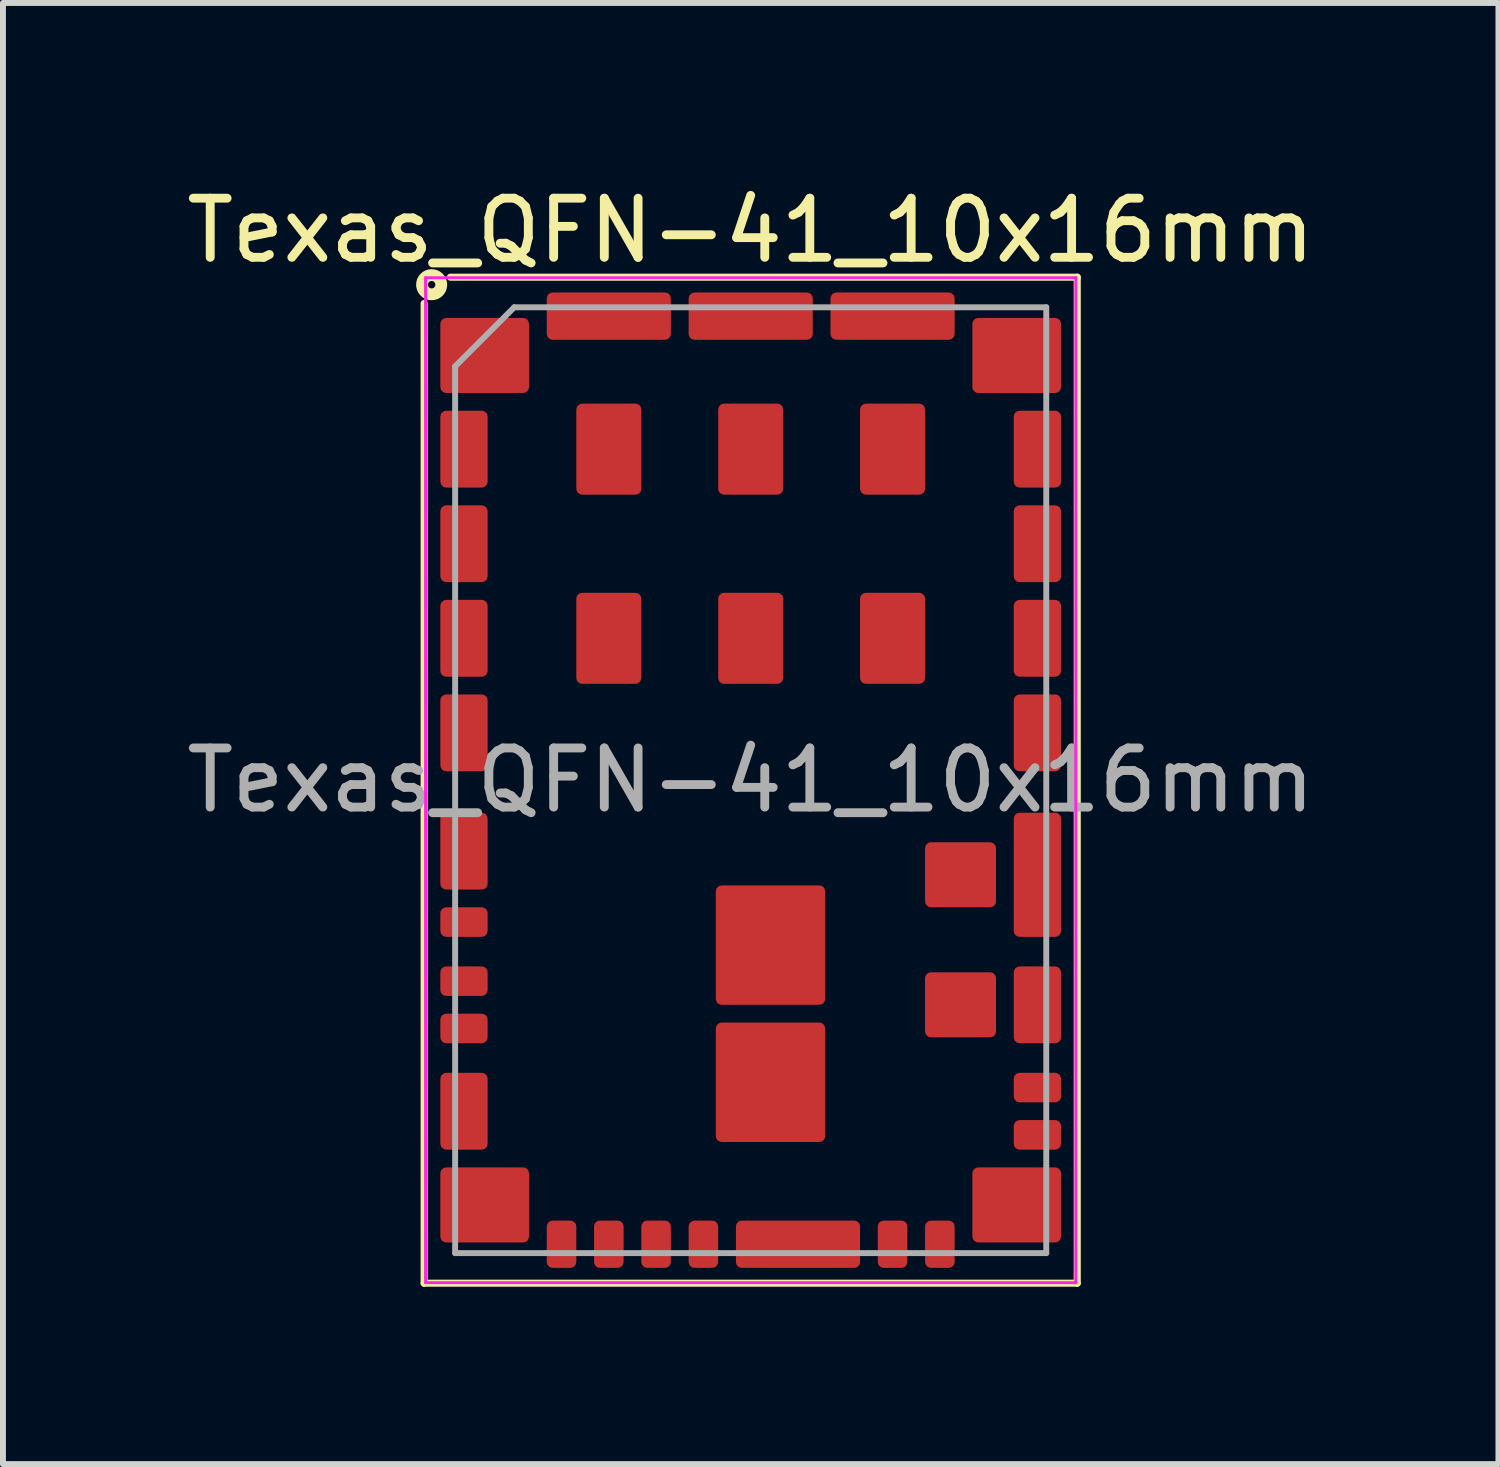
<source format=kicad_pcb>
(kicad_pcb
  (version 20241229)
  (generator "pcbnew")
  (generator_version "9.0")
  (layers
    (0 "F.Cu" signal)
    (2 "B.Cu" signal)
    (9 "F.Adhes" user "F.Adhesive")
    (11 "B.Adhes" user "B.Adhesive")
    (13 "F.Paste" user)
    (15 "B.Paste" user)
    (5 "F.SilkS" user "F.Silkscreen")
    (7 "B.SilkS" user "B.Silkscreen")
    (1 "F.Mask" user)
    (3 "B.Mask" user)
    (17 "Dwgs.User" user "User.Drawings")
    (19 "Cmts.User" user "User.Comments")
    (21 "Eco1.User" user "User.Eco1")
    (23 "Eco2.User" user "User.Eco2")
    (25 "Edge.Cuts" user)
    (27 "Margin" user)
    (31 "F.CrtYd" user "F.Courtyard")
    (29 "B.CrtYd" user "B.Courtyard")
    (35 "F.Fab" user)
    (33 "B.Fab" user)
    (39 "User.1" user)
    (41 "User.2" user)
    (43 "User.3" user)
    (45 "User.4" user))
  (footprint "Texas_QFN-41_10x16mm"
    (layer "F.Cu")
    (at 9.649 10.148)
    (property "Reference" "Texas_QFN-41_10x16mm" (at 0 -9.3 0) (layer "F.SilkS") (effects (font (size 1 1) (thickness 0.15))))
    (attr smd)
    (fp_line (start -5.524 -8.065) (end -5.524 8.509) (stroke (width 0.12) (type solid)) (layer "F.SilkS"))
    (fp_line (start -5.524 8.509) (end 5.524 8.509) (stroke (width 0.12) (type solid)) (layer "F.SilkS"))
    (fp_line (start 5.524 -8.509) (end -5.08 -8.509) (stroke (width 0.12) (type solid)) (layer "F.SilkS"))
    (fp_line (start 5.524 8.509) (end 5.524 -8.509) (stroke (width 0.12) (type solid)) (layer "F.SilkS"))
    (fp_circle (center -5.397 -8.382) (end -5.334 -8.382) (stroke (width 0.2) (type solid)) (fill no) (layer "F.SilkS"))
    (fp_line (start -5.5 -8.5) (end -5.5 8.5) (stroke (width 0.05) (type solid)) (layer "F.CrtYd"))
    (fp_line (start -5.5 8.5) (end 5.5 8.5) (stroke (width 0.05) (type solid)) (layer "F.CrtYd"))
    (fp_line (start 5.5 -8.5) (end -5.5 -8.5) (stroke (width 0.05) (type solid)) (layer "F.CrtYd"))
    (fp_line (start 5.5 8.5) (end 5.5 -8.5) (stroke (width 0.05) (type solid)) (layer "F.CrtYd"))
    (fp_line (start -5 -7) (end -5 8) (stroke (width 0.1) (type solid)) (layer "F.Fab"))
    (fp_line (start -5 -7) (end -4 -8) (stroke (width 0.1) (type solid)) (layer "F.Fab"))
    (fp_line (start -5 8) (end 5 8) (stroke (width 0.1) (type solid)) (layer "F.Fab"))
    (fp_line (start -4 -8) (end 5 -8) (stroke (width 0.1) (type solid)) (layer "F.Fab"))
    (fp_line (start 5 -8) (end 5 8) (stroke (width 0.1) (type solid)) (layer "F.Fab"))
    (fp_text user "${REFERENCE}" (at 0 0 0) (layer "F.Fab") (effects (font (size 1 1) (thickness 0.15))))
    (pad "" smd custom (at -4.635 -5.6) (size 0.27 0.6) (layers "F.Mask" "F.Paste") (options (anchor rect)) (primitives (gr_poly (pts (xy 0.035 0.5) (xy -0.465 0.5) (xy -0.465 0.3) (xy 0.035 0.3)) (width 0.2) (fill yes)) (gr_poly (pts (xy 0.035 -0.3) (xy -0.465 -0.3) (xy -0.465 -0.5) (xy 0.035 -0.5)) (width 0.2) (fill yes)) (gr_arc (start -0.035 0.1) (mid -0.093579 0.241421) (end -0.235 0.3) (width 0.2)) (gr_arc (start -0.235 -0.3) (mid -0.093579 -0.241421) (end -0.035 -0.1) (width 0.2))))
    (pad "" smd custom (at -4.635 -4) (size 0.27 0.6) (layers "F.Mask" "F.Paste") (options (anchor rect)) (primitives (gr_poly (pts (xy 0.035 0.5) (xy -0.465 0.5) (xy -0.465 0.3) (xy 0.035 0.3)) (width 0.2) (fill yes)) (gr_poly (pts (xy 0.035 -0.3) (xy -0.465 -0.3) (xy -0.465 -0.5) (xy 0.035 -0.5)) (width 0.2) (fill yes)) (gr_arc (start -0.035 0.1) (mid -0.093579 0.241421) (end -0.235 0.3) (width 0.2)) (gr_arc (start -0.235 -0.3) (mid -0.093579 -0.241421) (end -0.035 -0.1) (width 0.2))))
    (pad "" smd custom (at -4.635 -2.4) (size 0.27 0.6) (layers "F.Mask" "F.Paste") (options (anchor rect)) (primitives (gr_poly (pts (xy 0.035 0.5) (xy -0.465 0.5) (xy -0.465 0.3) (xy 0.035 0.3)) (width 0.2) (fill yes)) (gr_poly (pts (xy 0.035 -0.3) (xy -0.465 -0.3) (xy -0.465 -0.5) (xy 0.035 -0.5)) (width 0.2) (fill yes)) (gr_arc (start -0.035 0.1) (mid -0.093579 0.241421) (end -0.235 0.3) (width 0.2)) (gr_arc (start -0.235 -0.3) (mid -0.093579 -0.241421) (end -0.035 -0.1) (width 0.2))))
    (pad "" smd custom (at -4.635 -0.8) (size 0.27 0.6) (layers "F.Mask" "F.Paste") (options (anchor rect)) (primitives (gr_poly (pts (xy 0.035 0.5) (xy -0.465 0.5) (xy -0.465 0.3) (xy 0.035 0.3)) (width 0.2) (fill yes)) (gr_poly (pts (xy 0.035 -0.3) (xy -0.465 -0.3) (xy -0.465 -0.5) (xy 0.035 -0.5)) (width 0.2) (fill yes)) (gr_arc (start -0.035 0.1) (mid -0.093579 0.241421) (end -0.235 0.3) (width 0.2)) (gr_arc (start -0.235 -0.3) (mid -0.093579 -0.241421) (end -0.035 -0.1) (width 0.2))))
    (pad "" smd custom (at -4.635 1.2) (size 0.27 0.6) (layers "F.Mask" "F.Paste") (options (anchor rect)) (primitives (gr_poly (pts (xy 0.035 0.5) (xy -0.465 0.5) (xy -0.465 0.3) (xy 0.035 0.3)) (width 0.2) (fill yes)) (gr_poly (pts (xy 0.035 -0.3) (xy -0.465 -0.3) (xy -0.465 -0.5) (xy 0.035 -0.5)) (width 0.2) (fill yes)) (gr_arc (start -0.035 0.1) (mid -0.093579 0.241421) (end -0.235 0.3) (width 0.2)) (gr_arc (start -0.235 -0.3) (mid -0.093579 -0.241421) (end -0.035 -0.1) (width 0.2))))
    (pad "" smd custom (at -4.635 5.6) (size 0.27 0.6) (layers "F.Mask" "F.Paste") (options (anchor rect)) (primitives (gr_poly (pts (xy 0.035 0.5) (xy -0.465 0.5) (xy -0.465 0.3) (xy 0.035 0.3)) (width 0.2) (fill yes)) (gr_poly (pts (xy 0.035 -0.3) (xy -0.465 -0.3) (xy -0.465 -0.5) (xy 0.035 -0.5)) (width 0.2) (fill yes)) (gr_arc (start -0.035 0.1) (mid -0.093579 0.241421) (end -0.235 0.3) (width 0.2)) (gr_arc (start -0.235 -0.3) (mid -0.093579 -0.241421) (end -0.035 -0.1) (width 0.2))))
    (pad "" smd custom (at -4.285 -7.185) (size 0.87 0.87) (layers "F.Paste") (options (anchor rect)) (primitives (gr_poly (pts (xy 0.385 0.485) (xy -0.81 0.485) (xy -0.81 0.285) (xy -0.385 0.285) (xy -0.385 -0.375) (xy 0.385 -0.375)) (width 0.2) (fill yes)) (gr_arc (start -0.385 0.085) (mid -0.443579 0.226421) (end -0.585 0.285) (width 0.2))))
    (pad "" smd custom (at -4.285 -7.185) (size 0.87 1.07) (layers "F.Mask") (options (anchor rect)) (primitives (gr_poly (pts (xy 0.385 0.485) (xy -0.81 0.485) (xy -0.81 0.285) (xy -0.385 0.285) (xy -0.385 -0.485) (xy 0.385 -0.485)) (width 0.2) (fill yes)) (gr_arc (start -0.385 0.085) (mid -0.443579 0.226421) (end -0.585 0.285) (width 0.2))))
    (pad "" smd custom (at -4.285 7.185) (size 0.87 0.87) (layers "F.Paste") (options (anchor rect)) (primitives (gr_poly (pts (xy 0.385 0.375) (xy -0.385 0.375) (xy -0.385 -0.285) (xy -0.81 -0.285) (xy -0.81 -0.485) (xy 0.385 -0.485)) (width 0.2) (fill yes)) (gr_arc (start -0.585 -0.285) (mid -0.443579 -0.226421) (end -0.385 -0.085) (width 0.2))))
    (pad "" smd custom (at -4.285 7.185) (size 0.87 1.07) (layers "F.Mask") (options (anchor rect)) (primitives (gr_poly (pts (xy 0.385 0.485) (xy -0.385 0.485) (xy -0.385 -0.285) (xy -0.81 -0.285) (xy -0.81 -0.485) (xy 0.385 -0.485)) (width 0.2) (fill yes)) (gr_arc (start -0.585 -0.285) (mid -0.443579 -0.226421) (end -0.385 -0.085) (width 0.2))))
    (pad "" smd custom (at -2.4 -7.635 270) (size 0.27 1.6) (layers "F.Mask" "F.Paste") (options (anchor rect)) (primitives (gr_poly (pts (xy 0.035 0.1) (xy -0.465 0.1) (xy -0.465 -0.1) (xy 0.035 -0.1)) (width 0.2) (fill yes)) (gr_poly (pts (xy 0.035 -0.7) (xy -0.465 -0.7) (xy -0.465 -0.9) (xy 0.035 -0.9)) (width 0.2) (fill yes)) (gr_arc (start -0.035 -0.3) (mid -0.093579 -0.158579) (end -0.235 -0.1) (width 0.2)) (gr_arc (start -0.235 -0.7) (mid -0.093579 -0.641421) (end -0.035 -0.5) (width 0.2)) (gr_poly (pts (xy 0.035 0.9) (xy -0.465 0.9) (xy -0.465 0.7) (xy 0.035 0.7)) (width 0.2) (fill yes)) (gr_arc (start -0.235 0.1) (mid -0.093579 0.158579) (end -0.035 0.3) (width 0.2)) (gr_arc (start -0.035 0.5) (mid -0.093579 0.641421) (end -0.235 0.7) (width 0.2))))
    (pad "" smd custom (at 0 -7.635 270) (size 0.27 1.6) (layers "F.Mask" "F.Paste") (options (anchor rect)) (primitives (gr_poly (pts (xy 0.035 0.1) (xy -0.465 0.1) (xy -0.465 -0.1) (xy 0.035 -0.1)) (width 0.2) (fill yes)) (gr_poly (pts (xy 0.035 -0.7) (xy -0.465 -0.7) (xy -0.465 -0.9) (xy 0.035 -0.9)) (width 0.2) (fill yes)) (gr_arc (start -0.035 -0.3) (mid -0.093579 -0.158579) (end -0.235 -0.1) (width 0.2)) (gr_arc (start -0.235 -0.7) (mid -0.093579 -0.641421) (end -0.035 -0.5) (width 0.2)) (gr_poly (pts (xy 0.035 0.9) (xy -0.465 0.9) (xy -0.465 0.7) (xy 0.035 0.7)) (width 0.2) (fill yes)) (gr_arc (start -0.235 0.1) (mid -0.093579 0.158579) (end -0.035 0.3) (width 0.2)) (gr_arc (start -0.035 0.5) (mid -0.093579 0.641421) (end -0.235 0.7) (width 0.2))))
    (pad "" smd custom (at 0.8 7.635 90) (size 0.27 1.6) (layers "F.Mask" "F.Paste") (options (anchor rect)) (primitives (gr_poly (pts (xy 0.035 0.1) (xy -0.465 0.1) (xy -0.465 -0.1) (xy 0.035 -0.1)) (width 0.2) (fill yes)) (gr_poly (pts (xy 0.035 -0.7) (xy -0.465 -0.7) (xy -0.465 -0.9) (xy 0.035 -0.9)) (width 0.2) (fill yes)) (gr_arc (start -0.035 -0.3) (mid -0.093579 -0.158579) (end -0.235 -0.1) (width 0.2)) (gr_arc (start -0.235 -0.7) (mid -0.093579 -0.641421) (end -0.035 -0.5) (width 0.2)) (gr_poly (pts (xy 0.035 0.9) (xy -0.465 0.9) (xy -0.465 0.7) (xy 0.035 0.7)) (width 0.2) (fill yes)) (gr_arc (start -0.235 0.1) (mid -0.093579 0.158579) (end -0.035 0.3) (width 0.2)) (gr_arc (start -0.035 0.5) (mid -0.093579 0.641421) (end -0.235 0.7) (width 0.2))))
    (pad "" smd custom (at 2.4 -7.635 270) (size 0.27 1.6) (layers "F.Mask" "F.Paste") (options (anchor rect)) (primitives (gr_poly (pts (xy 0.035 0.1) (xy -0.465 0.1) (xy -0.465 -0.1) (xy 0.035 -0.1)) (width 0.2) (fill yes)) (gr_poly (pts (xy 0.035 -0.7) (xy -0.465 -0.7) (xy -0.465 -0.9) (xy 0.035 -0.9)) (width 0.2) (fill yes)) (gr_arc (start -0.035 -0.3) (mid -0.093579 -0.158579) (end -0.235 -0.1) (width 0.2)) (gr_arc (start -0.235 -0.7) (mid -0.093579 -0.641421) (end -0.035 -0.5) (width 0.2)) (gr_poly (pts (xy 0.035 0.9) (xy -0.465 0.9) (xy -0.465 0.7) (xy 0.035 0.7)) (width 0.2) (fill yes)) (gr_arc (start -0.235 0.1) (mid -0.093579 0.158579) (end -0.035 0.3) (width 0.2)) (gr_arc (start -0.035 0.5) (mid -0.093579 0.641421) (end -0.235 0.7) (width 0.2))))
    (pad "" smd custom (at 4.285 -7.185 180) (size 0.87 0.87) (layers "F.Paste") (options (anchor rect)) (primitives (gr_poly (pts (xy 0.385 0.375) (xy -0.385 0.375) (xy -0.385 -0.285) (xy -0.81 -0.285) (xy -0.81 -0.485) (xy 0.385 -0.485)) (width 0.2) (fill yes)) (gr_arc (start -0.585 -0.285) (mid -0.443579 -0.226421) (end -0.385 -0.085) (width 0.2))))
    (pad "" smd custom (at 4.285 -7.185 180) (size 0.87 1.07) (layers "F.Mask") (options (anchor rect)) (primitives (gr_poly (pts (xy 0.385 0.485) (xy -0.385 0.485) (xy -0.385 -0.285) (xy -0.81 -0.285) (xy -0.81 -0.485) (xy 0.385 -0.485)) (width 0.2) (fill yes)) (gr_arc (start -0.585 -0.285) (mid -0.443579 -0.226421) (end -0.385 -0.085) (width 0.2))))
    (pad "" smd custom (at 4.285 7.185 180) (size 0.87 0.87) (layers "F.Paste") (options (anchor rect)) (primitives (gr_poly (pts (xy 0.385 0.485) (xy -0.81 0.485) (xy -0.81 0.285) (xy -0.385 0.285) (xy -0.385 -0.375) (xy 0.385 -0.375)) (width 0.2) (fill yes)) (gr_arc (start -0.385 0.085) (mid -0.443579 0.226421) (end -0.585 0.285) (width 0.2))))
    (pad "" smd custom (at 4.285 7.185 180) (size 0.87 1.07) (layers "F.Mask") (options (anchor rect)) (primitives (gr_poly (pts (xy 0.385 0.485) (xy -0.81 0.485) (xy -0.81 0.285) (xy -0.385 0.285) (xy -0.385 -0.485) (xy 0.385 -0.485)) (width 0.2) (fill yes)) (gr_arc (start -0.385 0.085) (mid -0.443579 0.226421) (end -0.585 0.285) (width 0.2))))
    (pad "" smd custom (at 4.635 -5.6 180) (size 0.27 0.6) (layers "F.Mask" "F.Paste") (options (anchor rect)) (primitives (gr_poly (pts (xy 0.035 0.5) (xy -0.465 0.5) (xy -0.465 0.3) (xy 0.035 0.3)) (width 0.2) (fill yes)) (gr_poly (pts (xy 0.035 -0.3) (xy -0.465 -0.3) (xy -0.465 -0.5) (xy 0.035 -0.5)) (width 0.2) (fill yes)) (gr_arc (start -0.035 0.1) (mid -0.093579 0.241421) (end -0.235 0.3) (width 0.2)) (gr_arc (start -0.235 -0.3) (mid -0.093579 -0.241421) (end -0.035 -0.1) (width 0.2))))
    (pad "" smd custom (at 4.635 -4 180) (size 0.27 0.6) (layers "F.Mask" "F.Paste") (options (anchor rect)) (primitives (gr_poly (pts (xy 0.035 0.5) (xy -0.465 0.5) (xy -0.465 0.3) (xy 0.035 0.3)) (width 0.2) (fill yes)) (gr_poly (pts (xy 0.035 -0.3) (xy -0.465 -0.3) (xy -0.465 -0.5) (xy 0.035 -0.5)) (width 0.2) (fill yes)) (gr_arc (start -0.035 0.1) (mid -0.093579 0.241421) (end -0.235 0.3) (width 0.2)) (gr_arc (start -0.235 -0.3) (mid -0.093579 -0.241421) (end -0.035 -0.1) (width 0.2))))
    (pad "" smd custom (at 4.635 -2.4 180) (size 0.27 0.6) (layers "F.Mask" "F.Paste") (options (anchor rect)) (primitives (gr_poly (pts (xy 0.035 0.5) (xy -0.465 0.5) (xy -0.465 0.3) (xy 0.035 0.3)) (width 0.2) (fill yes)) (gr_poly (pts (xy 0.035 -0.3) (xy -0.465 -0.3) (xy -0.465 -0.5) (xy 0.035 -0.5)) (width 0.2) (fill yes)) (gr_arc (start -0.035 0.1) (mid -0.093579 0.241421) (end -0.235 0.3) (width 0.2)) (gr_arc (start -0.235 -0.3) (mid -0.093579 -0.241421) (end -0.035 -0.1) (width 0.2))))
    (pad "" smd custom (at 4.635 -0.8 180) (size 0.27 0.6) (layers "F.Mask" "F.Paste") (options (anchor rect)) (primitives (gr_poly (pts (xy 0.035 0.5) (xy -0.465 0.5) (xy -0.465 0.3) (xy 0.035 0.3)) (width 0.2) (fill yes)) (gr_poly (pts (xy 0.035 -0.3) (xy -0.465 -0.3) (xy -0.465 -0.5) (xy 0.035 -0.5)) (width 0.2) (fill yes)) (gr_arc (start -0.035 0.1) (mid -0.093579 0.241421) (end -0.235 0.3) (width 0.2)) (gr_arc (start -0.235 -0.3) (mid -0.093579 -0.241421) (end -0.035 -0.1) (width 0.2))))
    (pad "" smd custom (at 4.635 1.6 180) (size 0.27 1.6) (layers "F.Mask" "F.Paste") (options (anchor rect)) (primitives (gr_poly (pts (xy 0.035 0.1) (xy -0.465 0.1) (xy -0.465 -0.1) (xy 0.035 -0.1)) (width 0.2) (fill yes)) (gr_poly (pts (xy 0.035 -0.7) (xy -0.465 -0.7) (xy -0.465 -0.9) (xy 0.035 -0.9)) (width 0.2) (fill yes)) (gr_arc (start -0.035 -0.3) (mid -0.093579 -0.158579) (end -0.235 -0.1) (width 0.2)) (gr_arc (start -0.235 -0.7) (mid -0.093579 -0.641421) (end -0.035 -0.5) (width 0.2)) (gr_poly (pts (xy 0.035 0.9) (xy -0.465 0.9) (xy -0.465 0.7) (xy 0.035 0.7)) (width 0.2) (fill yes)) (gr_arc (start -0.235 0.1) (mid -0.093579 0.158579) (end -0.035 0.3) (width 0.2)) (gr_arc (start -0.035 0.5) (mid -0.093579 0.641421) (end -0.235 0.7) (width 0.2))))
    (pad "" smd custom (at 4.635 3.8 180) (size 0.27 0.6) (layers "F.Mask" "F.Paste") (options (anchor rect)) (primitives (gr_poly (pts (xy 0.035 0.5) (xy -0.465 0.5) (xy -0.465 0.3) (xy 0.035 0.3)) (width 0.2) (fill yes)) (gr_poly (pts (xy 0.035 -0.3) (xy -0.465 -0.3) (xy -0.465 -0.5) (xy 0.035 -0.5)) (width 0.2) (fill yes)) (gr_arc (start -0.035 0.1) (mid -0.093579 0.241421) (end -0.235 0.3) (width 0.2)) (gr_arc (start -0.235 -0.3) (mid -0.093579 -0.241421) (end -0.035 -0.1) (width 0.2))))
    (pad "1" smd roundrect (at -4.5 -7.185) (size 1.5 1.27) (layers "F.Cu") (roundrect_rratio 0.079))
    (pad "2" smd roundrect (at -4.85 -5.6) (size 0.8 1.3) (layers "F.Cu") (roundrect_rratio 0.125))
    (pad "3" smd roundrect (at -4.85 -4) (size 0.8 1.3) (layers "F.Cu") (roundrect_rratio 0.125))
    (pad "4" smd roundrect (at -4.85 -2.4) (size 0.8 1.3) (layers "F.Cu") (roundrect_rratio 0.125))
    (pad "5" smd roundrect (at -4.85 -0.8) (size 0.8 1.3) (layers "F.Cu") (roundrect_rratio 0.125))
    (pad "6" smd roundrect (at -4.85 1.2) (size 0.8 1.3) (layers "F.Cu") (roundrect_rratio 0.125))
    (pad "7" smd roundrect (at -4.85 2.4) (size 0.8 0.5) (layers "F.Cu" "F.Mask" "F.Paste") (roundrect_rratio 0.2))
    (pad "8" smd roundrect (at -4.85 3.4) (size 0.8 0.5) (layers "F.Cu" "F.Mask" "F.Paste") (roundrect_rratio 0.2))
    (pad "9" smd roundrect (at -4.85 4.2) (size 0.8 0.5) (layers "F.Cu" "F.Mask" "F.Paste") (roundrect_rratio 0.2))
    (pad "10" smd roundrect (at -4.85 5.6) (size 0.8 1.3) (layers "F.Cu") (roundrect_rratio 0.125))
    (pad "11" smd roundrect (at -4.5 7.185) (size 1.5 1.27) (layers "F.Cu") (roundrect_rratio 0.079))
    (pad "12" smd roundrect (at -3.2 7.85 90) (size 0.8 0.5) (layers "F.Cu" "F.Mask" "F.Paste") (roundrect_rratio 0.2))
    (pad "13" smd roundrect (at -2.4 7.85 90) (size 0.8 0.5) (layers "F.Cu" "F.Mask" "F.Paste") (roundrect_rratio 0.2))
    (pad "14" smd roundrect (at -1.6 7.85 90) (size 0.8 0.5) (layers "F.Cu" "F.Mask" "F.Paste") (roundrect_rratio 0.2))
    (pad "15" smd roundrect (at -0.8 7.85 90) (size 0.8 0.5) (layers "F.Cu" "F.Mask" "F.Paste") (roundrect_rratio 0.2))
    (pad "16" smd roundrect (at 0.8 7.85 90) (size 0.8 2.1) (layers "F.Cu") (roundrect_rratio 0.125))
    (pad "17" smd roundrect (at 2.4 7.85 90) (size 0.8 0.5) (layers "F.Cu" "F.Mask" "F.Paste") (roundrect_rratio 0.2))
    (pad "18" smd roundrect (at 3.2 7.85 90) (size 0.8 0.5) (layers "F.Cu" "F.Mask" "F.Paste") (roundrect_rratio 0.2))
    (pad "19" smd roundrect (at 4.5 7.185 180) (size 1.5 1.27) (layers "F.Cu") (roundrect_rratio 0.079))
    (pad "20" smd roundrect (at 4.85 6) (size 0.8 0.5) (layers "F.Cu" "F.Mask" "F.Paste") (roundrect_rratio 0.2))
    (pad "21" smd roundrect (at 4.85 5.2) (size 0.8 0.5) (layers "F.Cu" "F.Mask" "F.Paste") (roundrect_rratio 0.2))
    (pad "22" smd roundrect (at 4.85 3.8 180) (size 0.8 1.3) (layers "F.Cu") (roundrect_rratio 0.125))
    (pad "23" smd roundrect (at 4.85 1.6 180) (size 0.8 2.1) (layers "F.Cu") (roundrect_rratio 0.125))
    (pad "24" smd roundrect (at 4.85 -0.8 180) (size 0.8 1.3) (layers "F.Cu") (roundrect_rratio 0.125))
    (pad "25" smd roundrect (at 4.85 -2.4 180) (size 0.8 1.3) (layers "F.Cu") (roundrect_rratio 0.125))
    (pad "26" smd roundrect (at 4.85 -4 180) (size 0.8 1.3) (layers "F.Cu") (roundrect_rratio 0.125))
    (pad "27" smd roundrect (at 4.85 -5.6 180) (size 0.8 1.3) (layers "F.Cu") (roundrect_rratio 0.125))
    (pad "28" smd roundrect (at 4.5 -7.185 180) (size 1.5 1.27) (layers "F.Cu") (roundrect_rratio 0.079))
    (pad "29" smd roundrect (at 2.4 -7.85 270) (size 0.8 2.1) (layers "F.Cu") (roundrect_rratio 0.125))
    (pad "30" smd roundrect (at 0 -7.85 270) (size 0.8 2.1) (layers "F.Cu") (roundrect_rratio 0.125))
    (pad "31" smd roundrect (at -2.4 -7.85 270) (size 0.8 2.1) (layers "F.Cu") (roundrect_rratio 0.125))
    (pad "32" smd roundrect (at -2.4 -5.6) (size 1.1 1.54) (layers "F.Cu" "F.Mask" "F.Paste") (roundrect_rratio 0.091))
    (pad "33" smd roundrect (at -2.4 -2.4) (size 1.1 1.54) (layers "F.Cu" "F.Mask" "F.Paste") (roundrect_rratio 0.091))
    (pad "34" smd roundrect (at 0 -5.6) (size 1.1 1.54) (layers "F.Cu" "F.Mask" "F.Paste") (roundrect_rratio 0.091))
    (pad "35" smd roundrect (at 0 -2.4) (size 1.1 1.54) (layers "F.Cu" "F.Mask" "F.Paste") (roundrect_rratio 0.091))
    (pad "36" smd roundrect (at 2.4 -5.6) (size 1.1 1.54) (layers "F.Cu" "F.Mask" "F.Paste") (roundrect_rratio 0.091))
    (pad "37" smd roundrect (at 2.4 -2.4) (size 1.1 1.54) (layers "F.Cu" "F.Mask" "F.Paste") (roundrect_rratio 0.091))
    (pad "38" smd roundrect (at 3.55 1.6) (size 1.2 1.1) (layers "F.Cu" "F.Mask" "F.Paste") (roundrect_rratio 0.091))
    (pad "39" smd roundrect (at 3.55 3.8) (size 1.2 1.1) (layers "F.Cu" "F.Mask" "F.Paste") (roundrect_rratio 0.091))
    (pad "40" smd roundrect (at 0.335 2.79) (size 1.85 2.02) (layers "F.Cu" "F.Mask" "F.Paste") (roundrect_rratio 0.054))
    (pad "41" smd roundrect (at 0.335 5.11) (size 1.85 2.02) (layers "F.Cu" "F.Mask" "F.Paste") (roundrect_rratio 0.054)))
  (gr_rect
    (start -3 -3)
    (end 22.298 21.717)
    (stroke (width 0.1) (type default))
    (fill no)
    (layer "Edge.Cuts")))
</source>
